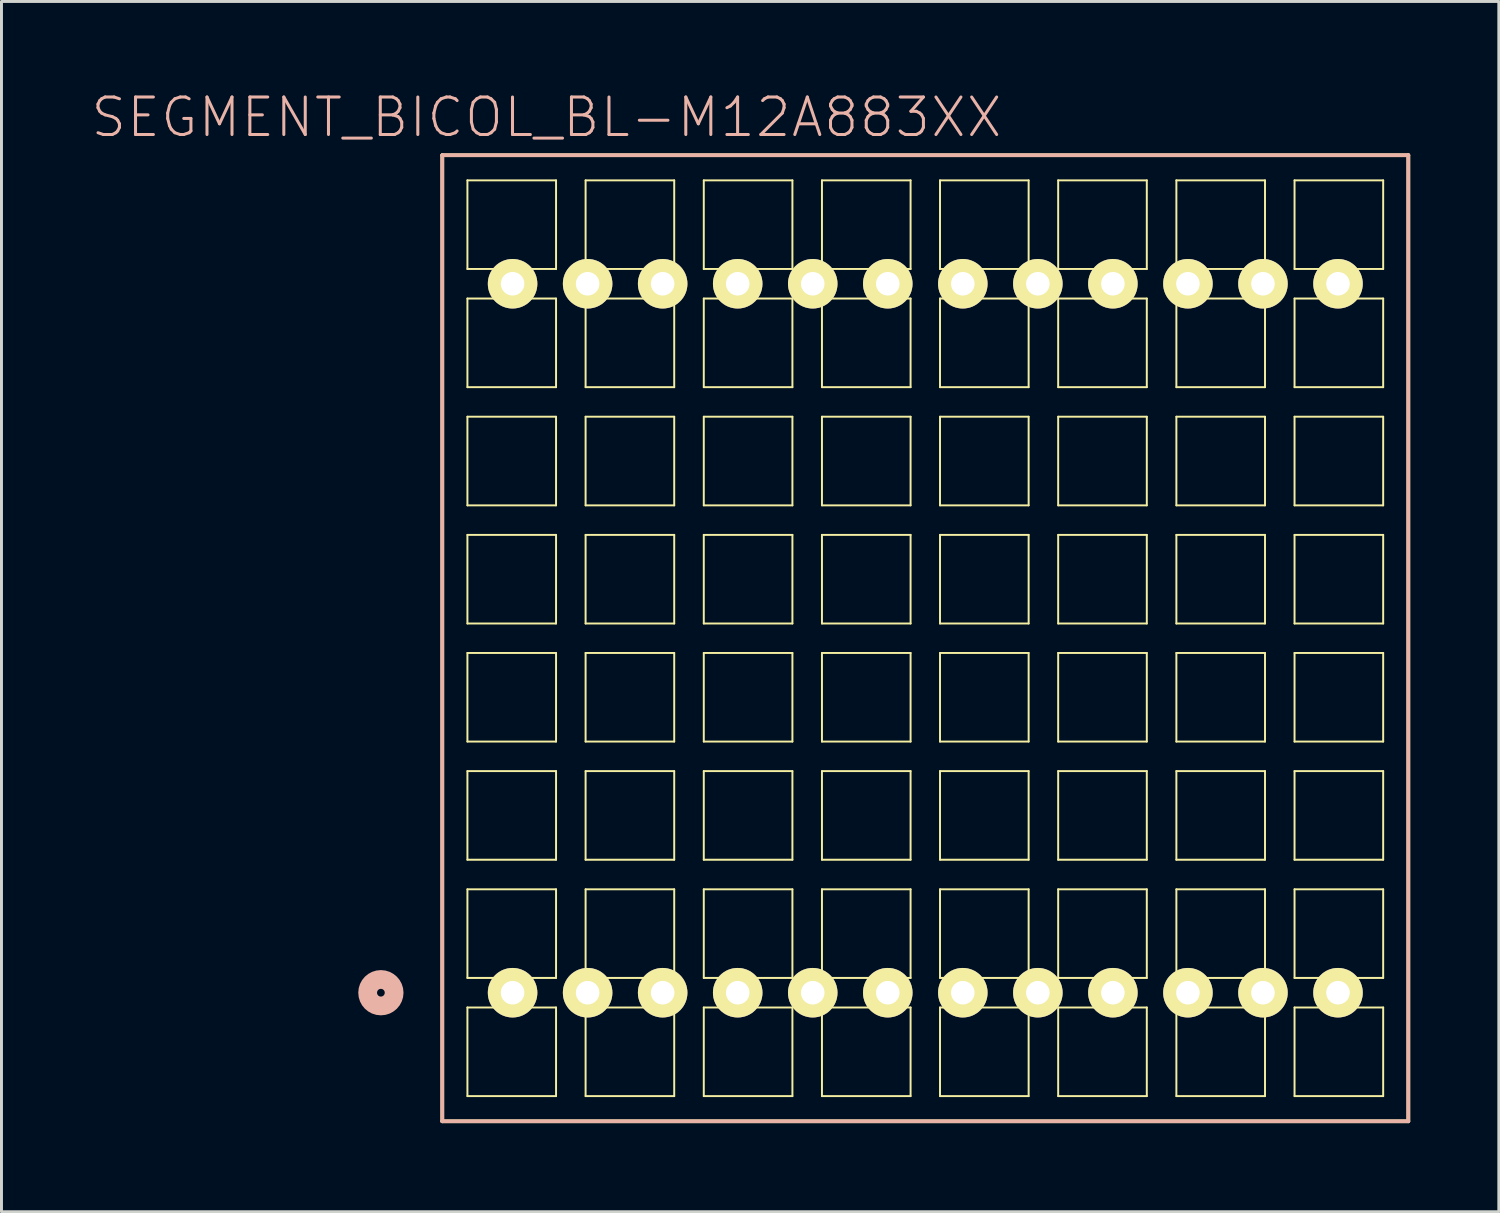
<source format=kicad_pcb>
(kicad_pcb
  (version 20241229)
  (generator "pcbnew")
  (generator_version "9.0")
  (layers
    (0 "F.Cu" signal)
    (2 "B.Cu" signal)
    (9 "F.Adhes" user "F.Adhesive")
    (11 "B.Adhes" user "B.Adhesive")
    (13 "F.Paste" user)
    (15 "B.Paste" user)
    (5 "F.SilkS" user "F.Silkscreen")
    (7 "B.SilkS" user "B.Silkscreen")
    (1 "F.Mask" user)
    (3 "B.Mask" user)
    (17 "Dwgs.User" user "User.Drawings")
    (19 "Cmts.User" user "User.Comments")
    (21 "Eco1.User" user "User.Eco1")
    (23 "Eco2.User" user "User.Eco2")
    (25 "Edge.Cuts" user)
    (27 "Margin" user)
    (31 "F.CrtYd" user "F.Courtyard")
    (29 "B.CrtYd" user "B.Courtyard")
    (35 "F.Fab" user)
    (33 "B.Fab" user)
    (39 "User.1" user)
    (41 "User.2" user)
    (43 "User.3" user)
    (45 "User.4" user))
  (footprint "SEGMENT_BICOL_BL-M12A883XX"
    (layer "F.Cu")
    (at 28.271 18.554)
    (property "Reference" "SEGMENT_BICOL_BL-M12A883XX" (at -12.824 -17.633 0) (layer "B.SilkS") (effects (font (size 1.27 1.27) (thickness 0.102))))
    (attr exclude_from_pos_files exclude_from_bom)
    (fp_line (start -16.35 -16.35) (end 16.35 -16.35) (stroke (width 0.127) (type solid)) (layer "F.SilkS"))
    (fp_line (start -16.35 16.35) (end -16.35 -16.35) (stroke (width 0.127) (type solid)) (layer "F.SilkS"))
    (fp_line (start -15.499 -15.499) (end -12.499 -15.499) (stroke (width 0.066) (type solid)) (layer "F.SilkS"))
    (fp_line (start -15.499 -12.499) (end -15.499 -15.499) (stroke (width 0.066) (type solid)) (layer "F.SilkS"))
    (fp_line (start -15.499 -12.499) (end -12.499 -12.499) (stroke (width 0.066) (type solid)) (layer "F.SilkS"))
    (fp_line (start -15.499 -11.499) (end -12.499 -11.499) (stroke (width 0.066) (type solid)) (layer "F.SilkS"))
    (fp_line (start -15.499 -8.499) (end -15.499 -11.499) (stroke (width 0.066) (type solid)) (layer "F.SilkS"))
    (fp_line (start -15.499 -8.499) (end -12.499 -8.499) (stroke (width 0.066) (type solid)) (layer "F.SilkS"))
    (fp_line (start -15.499 -7.498) (end -12.499 -7.498) (stroke (width 0.066) (type solid)) (layer "F.SilkS"))
    (fp_line (start -15.499 -4.498) (end -15.499 -7.498) (stroke (width 0.066) (type solid)) (layer "F.SilkS"))
    (fp_line (start -15.499 -4.498) (end -12.499 -4.498) (stroke (width 0.066) (type solid)) (layer "F.SilkS"))
    (fp_line (start -15.499 -3.498) (end -12.499 -3.498) (stroke (width 0.066) (type solid)) (layer "F.SilkS"))
    (fp_line (start -15.499 -0.498) (end -15.499 -3.498) (stroke (width 0.066) (type solid)) (layer "F.SilkS"))
    (fp_line (start -15.499 -0.498) (end -12.499 -0.498) (stroke (width 0.066) (type solid)) (layer "F.SilkS"))
    (fp_line (start -15.499 0.498) (end -12.499 0.498) (stroke (width 0.066) (type solid)) (layer "F.SilkS"))
    (fp_line (start -15.499 3.498) (end -15.499 0.498) (stroke (width 0.066) (type solid)) (layer "F.SilkS"))
    (fp_line (start -15.499 3.498) (end -12.499 3.498) (stroke (width 0.066) (type solid)) (layer "F.SilkS"))
    (fp_line (start -15.499 4.498) (end -12.499 4.498) (stroke (width 0.066) (type solid)) (layer "F.SilkS"))
    (fp_line (start -15.499 7.498) (end -15.499 4.498) (stroke (width 0.066) (type solid)) (layer "F.SilkS"))
    (fp_line (start -15.499 7.498) (end -12.499 7.498) (stroke (width 0.066) (type solid)) (layer "F.SilkS"))
    (fp_line (start -15.499 8.499) (end -12.499 8.499) (stroke (width 0.066) (type solid)) (layer "F.SilkS"))
    (fp_line (start -15.499 11.499) (end -15.499 8.499) (stroke (width 0.066) (type solid)) (layer "F.SilkS"))
    (fp_line (start -15.499 11.499) (end -12.499 11.499) (stroke (width 0.066) (type solid)) (layer "F.SilkS"))
    (fp_line (start -15.499 12.499) (end -12.499 12.499) (stroke (width 0.066) (type solid)) (layer "F.SilkS"))
    (fp_line (start -15.499 15.499) (end -15.499 12.499) (stroke (width 0.066) (type solid)) (layer "F.SilkS"))
    (fp_line (start -15.499 15.499) (end -12.499 15.499) (stroke (width 0.066) (type solid)) (layer "F.SilkS"))
    (fp_line (start -12.499 -12.499) (end -12.499 -15.499) (stroke (width 0.066) (type solid)) (layer "F.SilkS"))
    (fp_line (start -12.499 -8.499) (end -12.499 -11.499) (stroke (width 0.066) (type solid)) (layer "F.SilkS"))
    (fp_line (start -12.499 -4.498) (end -12.499 -7.498) (stroke (width 0.066) (type solid)) (layer "F.SilkS"))
    (fp_line (start -12.499 -0.498) (end -12.499 -3.498) (stroke (width 0.066) (type solid)) (layer "F.SilkS"))
    (fp_line (start -12.499 3.498) (end -12.499 0.498) (stroke (width 0.066) (type solid)) (layer "F.SilkS"))
    (fp_line (start -12.499 7.498) (end -12.499 4.498) (stroke (width 0.066) (type solid)) (layer "F.SilkS"))
    (fp_line (start -12.499 11.499) (end -12.499 8.499) (stroke (width 0.066) (type solid)) (layer "F.SilkS"))
    (fp_line (start -12.499 15.499) (end -12.499 12.499) (stroke (width 0.066) (type solid)) (layer "F.SilkS"))
    (fp_line (start -11.499 -15.499) (end -8.499 -15.499) (stroke (width 0.066) (type solid)) (layer "F.SilkS"))
    (fp_line (start -11.499 -12.499) (end -11.499 -15.499) (stroke (width 0.066) (type solid)) (layer "F.SilkS"))
    (fp_line (start -11.499 -12.499) (end -8.499 -12.499) (stroke (width 0.066) (type solid)) (layer "F.SilkS"))
    (fp_line (start -11.499 -11.499) (end -8.499 -11.499) (stroke (width 0.066) (type solid)) (layer "F.SilkS"))
    (fp_line (start -11.499 -8.499) (end -11.499 -11.499) (stroke (width 0.066) (type solid)) (layer "F.SilkS"))
    (fp_line (start -11.499 -8.499) (end -8.499 -8.499) (stroke (width 0.066) (type solid)) (layer "F.SilkS"))
    (fp_line (start -11.499 -7.498) (end -8.499 -7.498) (stroke (width 0.066) (type solid)) (layer "F.SilkS"))
    (fp_line (start -11.499 -4.498) (end -11.499 -7.498) (stroke (width 0.066) (type solid)) (layer "F.SilkS"))
    (fp_line (start -11.499 -4.498) (end -8.499 -4.498) (stroke (width 0.066) (type solid)) (layer "F.SilkS"))
    (fp_line (start -11.499 -3.498) (end -8.499 -3.498) (stroke (width 0.066) (type solid)) (layer "F.SilkS"))
    (fp_line (start -11.499 -0.498) (end -11.499 -3.498) (stroke (width 0.066) (type solid)) (layer "F.SilkS"))
    (fp_line (start -11.499 -0.498) (end -8.499 -0.498) (stroke (width 0.066) (type solid)) (layer "F.SilkS"))
    (fp_line (start -11.499 0.498) (end -8.499 0.498) (stroke (width 0.066) (type solid)) (layer "F.SilkS"))
    (fp_line (start -11.499 3.498) (end -11.499 0.498) (stroke (width 0.066) (type solid)) (layer "F.SilkS"))
    (fp_line (start -11.499 3.498) (end -8.499 3.498) (stroke (width 0.066) (type solid)) (layer "F.SilkS"))
    (fp_line (start -11.499 4.498) (end -8.499 4.498) (stroke (width 0.066) (type solid)) (layer "F.SilkS"))
    (fp_line (start -11.499 7.498) (end -11.499 4.498) (stroke (width 0.066) (type solid)) (layer "F.SilkS"))
    (fp_line (start -11.499 7.498) (end -8.499 7.498) (stroke (width 0.066) (type solid)) (layer "F.SilkS"))
    (fp_line (start -11.499 8.499) (end -8.499 8.499) (stroke (width 0.066) (type solid)) (layer "F.SilkS"))
    (fp_line (start -11.499 11.499) (end -11.499 8.499) (stroke (width 0.066) (type solid)) (layer "F.SilkS"))
    (fp_line (start -11.499 11.499) (end -8.499 11.499) (stroke (width 0.066) (type solid)) (layer "F.SilkS"))
    (fp_line (start -11.499 12.499) (end -8.499 12.499) (stroke (width 0.066) (type solid)) (layer "F.SilkS"))
    (fp_line (start -11.499 15.499) (end -11.499 12.499) (stroke (width 0.066) (type solid)) (layer "F.SilkS"))
    (fp_line (start -11.499 15.499) (end -8.499 15.499) (stroke (width 0.066) (type solid)) (layer "F.SilkS"))
    (fp_line (start -8.499 -12.499) (end -8.499 -15.499) (stroke (width 0.066) (type solid)) (layer "F.SilkS"))
    (fp_line (start -8.499 -8.499) (end -8.499 -11.499) (stroke (width 0.066) (type solid)) (layer "F.SilkS"))
    (fp_line (start -8.499 -4.498) (end -8.499 -7.498) (stroke (width 0.066) (type solid)) (layer "F.SilkS"))
    (fp_line (start -8.499 -0.498) (end -8.499 -3.498) (stroke (width 0.066) (type solid)) (layer "F.SilkS"))
    (fp_line (start -8.499 3.498) (end -8.499 0.498) (stroke (width 0.066) (type solid)) (layer "F.SilkS"))
    (fp_line (start -8.499 7.498) (end -8.499 4.498) (stroke (width 0.066) (type solid)) (layer "F.SilkS"))
    (fp_line (start -8.499 11.499) (end -8.499 8.499) (stroke (width 0.066) (type solid)) (layer "F.SilkS"))
    (fp_line (start -8.499 15.499) (end -8.499 12.499) (stroke (width 0.066) (type solid)) (layer "F.SilkS"))
    (fp_line (start -7.498 -15.499) (end -4.498 -15.499) (stroke (width 0.066) (type solid)) (layer "F.SilkS"))
    (fp_line (start -7.498 -12.499) (end -7.498 -15.499) (stroke (width 0.066) (type solid)) (layer "F.SilkS"))
    (fp_line (start -7.498 -12.499) (end -4.498 -12.499) (stroke (width 0.066) (type solid)) (layer "F.SilkS"))
    (fp_line (start -7.498 -11.499) (end -4.498 -11.499) (stroke (width 0.066) (type solid)) (layer "F.SilkS"))
    (fp_line (start -7.498 -8.499) (end -7.498 -11.499) (stroke (width 0.066) (type solid)) (layer "F.SilkS"))
    (fp_line (start -7.498 -8.499) (end -4.498 -8.499) (stroke (width 0.066) (type solid)) (layer "F.SilkS"))
    (fp_line (start -7.498 -7.498) (end -4.498 -7.498) (stroke (width 0.066) (type solid)) (layer "F.SilkS"))
    (fp_line (start -7.498 -4.498) (end -7.498 -7.498) (stroke (width 0.066) (type solid)) (layer "F.SilkS"))
    (fp_line (start -7.498 -4.498) (end -4.498 -4.498) (stroke (width 0.066) (type solid)) (layer "F.SilkS"))
    (fp_line (start -7.498 -3.498) (end -4.498 -3.498) (stroke (width 0.066) (type solid)) (layer "F.SilkS"))
    (fp_line (start -7.498 -0.498) (end -7.498 -3.498) (stroke (width 0.066) (type solid)) (layer "F.SilkS"))
    (fp_line (start -7.498 -0.498) (end -4.498 -0.498) (stroke (width 0.066) (type solid)) (layer "F.SilkS"))
    (fp_line (start -7.498 0.498) (end -4.498 0.498) (stroke (width 0.066) (type solid)) (layer "F.SilkS"))
    (fp_line (start -7.498 3.498) (end -7.498 0.498) (stroke (width 0.066) (type solid)) (layer "F.SilkS"))
    (fp_line (start -7.498 3.498) (end -4.498 3.498) (stroke (width 0.066) (type solid)) (layer "F.SilkS"))
    (fp_line (start -7.498 4.498) (end -4.498 4.498) (stroke (width 0.066) (type solid)) (layer "F.SilkS"))
    (fp_line (start -7.498 7.498) (end -7.498 4.498) (stroke (width 0.066) (type solid)) (layer "F.SilkS"))
    (fp_line (start -7.498 7.498) (end -4.498 7.498) (stroke (width 0.066) (type solid)) (layer "F.SilkS"))
    (fp_line (start -7.498 8.499) (end -4.498 8.499) (stroke (width 0.066) (type solid)) (layer "F.SilkS"))
    (fp_line (start -7.498 11.499) (end -7.498 8.499) (stroke (width 0.066) (type solid)) (layer "F.SilkS"))
    (fp_line (start -7.498 11.499) (end -4.498 11.499) (stroke (width 0.066) (type solid)) (layer "F.SilkS"))
    (fp_line (start -7.498 12.499) (end -4.498 12.499) (stroke (width 0.066) (type solid)) (layer "F.SilkS"))
    (fp_line (start -7.498 15.499) (end -7.498 12.499) (stroke (width 0.066) (type solid)) (layer "F.SilkS"))
    (fp_line (start -7.498 15.499) (end -4.498 15.499) (stroke (width 0.066) (type solid)) (layer "F.SilkS"))
    (fp_line (start -4.498 -12.499) (end -4.498 -15.499) (stroke (width 0.066) (type solid)) (layer "F.SilkS"))
    (fp_line (start -4.498 -8.499) (end -4.498 -11.499) (stroke (width 0.066) (type solid)) (layer "F.SilkS"))
    (fp_line (start -4.498 -4.498) (end -4.498 -7.498) (stroke (width 0.066) (type solid)) (layer "F.SilkS"))
    (fp_line (start -4.498 -0.498) (end -4.498 -3.498) (stroke (width 0.066) (type solid)) (layer "F.SilkS"))
    (fp_line (start -4.498 3.498) (end -4.498 0.498) (stroke (width 0.066) (type solid)) (layer "F.SilkS"))
    (fp_line (start -4.498 7.498) (end -4.498 4.498) (stroke (width 0.066) (type solid)) (layer "F.SilkS"))
    (fp_line (start -4.498 11.499) (end -4.498 8.499) (stroke (width 0.066) (type solid)) (layer "F.SilkS"))
    (fp_line (start -4.498 15.499) (end -4.498 12.499) (stroke (width 0.066) (type solid)) (layer "F.SilkS"))
    (fp_line (start -3.498 -15.499) (end -0.498 -15.499) (stroke (width 0.066) (type solid)) (layer "F.SilkS"))
    (fp_line (start -3.498 -12.499) (end -3.498 -15.499) (stroke (width 0.066) (type solid)) (layer "F.SilkS"))
    (fp_line (start -3.498 -12.499) (end -0.498 -12.499) (stroke (width 0.066) (type solid)) (layer "F.SilkS"))
    (fp_line (start -3.498 -11.499) (end -0.498 -11.499) (stroke (width 0.066) (type solid)) (layer "F.SilkS"))
    (fp_line (start -3.498 -8.499) (end -3.498 -11.499) (stroke (width 0.066) (type solid)) (layer "F.SilkS"))
    (fp_line (start -3.498 -8.499) (end -0.498 -8.499) (stroke (width 0.066) (type solid)) (layer "F.SilkS"))
    (fp_line (start -3.498 -7.498) (end -0.498 -7.498) (stroke (width 0.066) (type solid)) (layer "F.SilkS"))
    (fp_line (start -3.498 -4.498) (end -3.498 -7.498) (stroke (width 0.066) (type solid)) (layer "F.SilkS"))
    (fp_line (start -3.498 -4.498) (end -0.498 -4.498) (stroke (width 0.066) (type solid)) (layer "F.SilkS"))
    (fp_line (start -3.498 -3.498) (end -0.498 -3.498) (stroke (width 0.066) (type solid)) (layer "F.SilkS"))
    (fp_line (start -3.498 -0.498) (end -3.498 -3.498) (stroke (width 0.066) (type solid)) (layer "F.SilkS"))
    (fp_line (start -3.498 -0.498) (end -0.498 -0.498) (stroke (width 0.066) (type solid)) (layer "F.SilkS"))
    (fp_line (start -3.498 0.498) (end -0.498 0.498) (stroke (width 0.066) (type solid)) (layer "F.SilkS"))
    (fp_line (start -3.498 3.498) (end -3.498 0.498) (stroke (width 0.066) (type solid)) (layer "F.SilkS"))
    (fp_line (start -3.498 3.498) (end -0.498 3.498) (stroke (width 0.066) (type solid)) (layer "F.SilkS"))
    (fp_line (start -3.498 4.498) (end -0.498 4.498) (stroke (width 0.066) (type solid)) (layer "F.SilkS"))
    (fp_line (start -3.498 7.498) (end -3.498 4.498) (stroke (width 0.066) (type solid)) (layer "F.SilkS"))
    (fp_line (start -3.498 7.498) (end -0.498 7.498) (stroke (width 0.066) (type solid)) (layer "F.SilkS"))
    (fp_line (start -3.498 8.499) (end -0.498 8.499) (stroke (width 0.066) (type solid)) (layer "F.SilkS"))
    (fp_line (start -3.498 11.499) (end -3.498 8.499) (stroke (width 0.066) (type solid)) (layer "F.SilkS"))
    (fp_line (start -3.498 11.499) (end -0.498 11.499) (stroke (width 0.066) (type solid)) (layer "F.SilkS"))
    (fp_line (start -3.498 12.499) (end -0.498 12.499) (stroke (width 0.066) (type solid)) (layer "F.SilkS"))
    (fp_line (start -3.498 15.499) (end -3.498 12.499) (stroke (width 0.066) (type solid)) (layer "F.SilkS"))
    (fp_line (start -3.498 15.499) (end -0.498 15.499) (stroke (width 0.066) (type solid)) (layer "F.SilkS"))
    (fp_line (start -0.498 -12.499) (end -0.498 -15.499) (stroke (width 0.066) (type solid)) (layer "F.SilkS"))
    (fp_line (start -0.498 -8.499) (end -0.498 -11.499) (stroke (width 0.066) (type solid)) (layer "F.SilkS"))
    (fp_line (start -0.498 -4.498) (end -0.498 -7.498) (stroke (width 0.066) (type solid)) (layer "F.SilkS"))
    (fp_line (start -0.498 -0.498) (end -0.498 -3.498) (stroke (width 0.066) (type solid)) (layer "F.SilkS"))
    (fp_line (start -0.498 3.498) (end -0.498 0.498) (stroke (width 0.066) (type solid)) (layer "F.SilkS"))
    (fp_line (start -0.498 7.498) (end -0.498 4.498) (stroke (width 0.066) (type solid)) (layer "F.SilkS"))
    (fp_line (start -0.498 11.499) (end -0.498 8.499) (stroke (width 0.066) (type solid)) (layer "F.SilkS"))
    (fp_line (start -0.498 15.499) (end -0.498 12.499) (stroke (width 0.066) (type solid)) (layer "F.SilkS"))
    (fp_line (start 0.498 -15.499) (end 3.498 -15.499) (stroke (width 0.066) (type solid)) (layer "F.SilkS"))
    (fp_line (start 0.498 -12.499) (end 0.498 -15.499) (stroke (width 0.066) (type solid)) (layer "F.SilkS"))
    (fp_line (start 0.498 -12.499) (end 3.498 -12.499) (stroke (width 0.066) (type solid)) (layer "F.SilkS"))
    (fp_line (start 0.498 -11.499) (end 3.498 -11.499) (stroke (width 0.066) (type solid)) (layer "F.SilkS"))
    (fp_line (start 0.498 -8.499) (end 0.498 -11.499) (stroke (width 0.066) (type solid)) (layer "F.SilkS"))
    (fp_line (start 0.498 -8.499) (end 3.498 -8.499) (stroke (width 0.066) (type solid)) (layer "F.SilkS"))
    (fp_line (start 0.498 -7.498) (end 3.498 -7.498) (stroke (width 0.066) (type solid)) (layer "F.SilkS"))
    (fp_line (start 0.498 -4.498) (end 0.498 -7.498) (stroke (width 0.066) (type solid)) (layer "F.SilkS"))
    (fp_line (start 0.498 -4.498) (end 3.498 -4.498) (stroke (width 0.066) (type solid)) (layer "F.SilkS"))
    (fp_line (start 0.498 -3.498) (end 3.498 -3.498) (stroke (width 0.066) (type solid)) (layer "F.SilkS"))
    (fp_line (start 0.498 -0.498) (end 0.498 -3.498) (stroke (width 0.066) (type solid)) (layer "F.SilkS"))
    (fp_line (start 0.498 -0.498) (end 3.498 -0.498) (stroke (width 0.066) (type solid)) (layer "F.SilkS"))
    (fp_line (start 0.498 0.498) (end 3.498 0.498) (stroke (width 0.066) (type solid)) (layer "F.SilkS"))
    (fp_line (start 0.498 3.498) (end 0.498 0.498) (stroke (width 0.066) (type solid)) (layer "F.SilkS"))
    (fp_line (start 0.498 3.498) (end 3.498 3.498) (stroke (width 0.066) (type solid)) (layer "F.SilkS"))
    (fp_line (start 0.498 4.498) (end 3.498 4.498) (stroke (width 0.066) (type solid)) (layer "F.SilkS"))
    (fp_line (start 0.498 7.498) (end 0.498 4.498) (stroke (width 0.066) (type solid)) (layer "F.SilkS"))
    (fp_line (start 0.498 7.498) (end 3.498 7.498) (stroke (width 0.066) (type solid)) (layer "F.SilkS"))
    (fp_line (start 0.498 8.499) (end 3.498 8.499) (stroke (width 0.066) (type solid)) (layer "F.SilkS"))
    (fp_line (start 0.498 11.499) (end 0.498 8.499) (stroke (width 0.066) (type solid)) (layer "F.SilkS"))
    (fp_line (start 0.498 11.499) (end 3.498 11.499) (stroke (width 0.066) (type solid)) (layer "F.SilkS"))
    (fp_line (start 0.498 12.499) (end 3.498 12.499) (stroke (width 0.066) (type solid)) (layer "F.SilkS"))
    (fp_line (start 0.498 15.499) (end 0.498 12.499) (stroke (width 0.066) (type solid)) (layer "F.SilkS"))
    (fp_line (start 0.498 15.499) (end 3.498 15.499) (stroke (width 0.066) (type solid)) (layer "F.SilkS"))
    (fp_line (start 3.498 -12.499) (end 3.498 -15.499) (stroke (width 0.066) (type solid)) (layer "F.SilkS"))
    (fp_line (start 3.498 -8.499) (end 3.498 -11.499) (stroke (width 0.066) (type solid)) (layer "F.SilkS"))
    (fp_line (start 3.498 -4.498) (end 3.498 -7.498) (stroke (width 0.066) (type solid)) (layer "F.SilkS"))
    (fp_line (start 3.498 -0.498) (end 3.498 -3.498) (stroke (width 0.066) (type solid)) (layer "F.SilkS"))
    (fp_line (start 3.498 3.498) (end 3.498 0.498) (stroke (width 0.066) (type solid)) (layer "F.SilkS"))
    (fp_line (start 3.498 7.498) (end 3.498 4.498) (stroke (width 0.066) (type solid)) (layer "F.SilkS"))
    (fp_line (start 3.498 11.499) (end 3.498 8.499) (stroke (width 0.066) (type solid)) (layer "F.SilkS"))
    (fp_line (start 3.498 15.499) (end 3.498 12.499) (stroke (width 0.066) (type solid)) (layer "F.SilkS"))
    (fp_line (start 4.498 -15.499) (end 7.498 -15.499) (stroke (width 0.066) (type solid)) (layer "F.SilkS"))
    (fp_line (start 4.498 -12.499) (end 4.498 -15.499) (stroke (width 0.066) (type solid)) (layer "F.SilkS"))
    (fp_line (start 4.498 -12.499) (end 7.498 -12.499) (stroke (width 0.066) (type solid)) (layer "F.SilkS"))
    (fp_line (start 4.498 -11.499) (end 7.498 -11.499) (stroke (width 0.066) (type solid)) (layer "F.SilkS"))
    (fp_line (start 4.498 -8.499) (end 4.498 -11.499) (stroke (width 0.066) (type solid)) (layer "F.SilkS"))
    (fp_line (start 4.498 -8.499) (end 7.498 -8.499) (stroke (width 0.066) (type solid)) (layer "F.SilkS"))
    (fp_line (start 4.498 -7.498) (end 7.498 -7.498) (stroke (width 0.066) (type solid)) (layer "F.SilkS"))
    (fp_line (start 4.498 -4.498) (end 4.498 -7.498) (stroke (width 0.066) (type solid)) (layer "F.SilkS"))
    (fp_line (start 4.498 -4.498) (end 7.498 -4.498) (stroke (width 0.066) (type solid)) (layer "F.SilkS"))
    (fp_line (start 4.498 -3.498) (end 7.498 -3.498) (stroke (width 0.066) (type solid)) (layer "F.SilkS"))
    (fp_line (start 4.498 -0.498) (end 4.498 -3.498) (stroke (width 0.066) (type solid)) (layer "F.SilkS"))
    (fp_line (start 4.498 -0.498) (end 7.498 -0.498) (stroke (width 0.066) (type solid)) (layer "F.SilkS"))
    (fp_line (start 4.498 0.498) (end 7.498 0.498) (stroke (width 0.066) (type solid)) (layer "F.SilkS"))
    (fp_line (start 4.498 3.498) (end 4.498 0.498) (stroke (width 0.066) (type solid)) (layer "F.SilkS"))
    (fp_line (start 4.498 3.498) (end 7.498 3.498) (stroke (width 0.066) (type solid)) (layer "F.SilkS"))
    (fp_line (start 4.498 4.498) (end 7.498 4.498) (stroke (width 0.066) (type solid)) (layer "F.SilkS"))
    (fp_line (start 4.498 7.498) (end 4.498 4.498) (stroke (width 0.066) (type solid)) (layer "F.SilkS"))
    (fp_line (start 4.498 7.498) (end 7.498 7.498) (stroke (width 0.066) (type solid)) (layer "F.SilkS"))
    (fp_line (start 4.498 8.499) (end 7.498 8.499) (stroke (width 0.066) (type solid)) (layer "F.SilkS"))
    (fp_line (start 4.498 11.499) (end 4.498 8.499) (stroke (width 0.066) (type solid)) (layer "F.SilkS"))
    (fp_line (start 4.498 11.499) (end 7.498 11.499) (stroke (width 0.066) (type solid)) (layer "F.SilkS"))
    (fp_line (start 4.498 12.499) (end 7.498 12.499) (stroke (width 0.066) (type solid)) (layer "F.SilkS"))
    (fp_line (start 4.498 15.499) (end 4.498 12.499) (stroke (width 0.066) (type solid)) (layer "F.SilkS"))
    (fp_line (start 4.498 15.499) (end 7.498 15.499) (stroke (width 0.066) (type solid)) (layer "F.SilkS"))
    (fp_line (start 7.498 -12.499) (end 7.498 -15.499) (stroke (width 0.066) (type solid)) (layer "F.SilkS"))
    (fp_line (start 7.498 -8.499) (end 7.498 -11.499) (stroke (width 0.066) (type solid)) (layer "F.SilkS"))
    (fp_line (start 7.498 -4.498) (end 7.498 -7.498) (stroke (width 0.066) (type solid)) (layer "F.SilkS"))
    (fp_line (start 7.498 -0.498) (end 7.498 -3.498) (stroke (width 0.066) (type solid)) (layer "F.SilkS"))
    (fp_line (start 7.498 3.498) (end 7.498 0.498) (stroke (width 0.066) (type solid)) (layer "F.SilkS"))
    (fp_line (start 7.498 7.498) (end 7.498 4.498) (stroke (width 0.066) (type solid)) (layer "F.SilkS"))
    (fp_line (start 7.498 11.499) (end 7.498 8.499) (stroke (width 0.066) (type solid)) (layer "F.SilkS"))
    (fp_line (start 7.498 15.499) (end 7.498 12.499) (stroke (width 0.066) (type solid)) (layer "F.SilkS"))
    (fp_line (start 8.499 -15.499) (end 11.499 -15.499) (stroke (width 0.066) (type solid)) (layer "F.SilkS"))
    (fp_line (start 8.499 -12.499) (end 8.499 -15.499) (stroke (width 0.066) (type solid)) (layer "F.SilkS"))
    (fp_line (start 8.499 -12.499) (end 11.499 -12.499) (stroke (width 0.066) (type solid)) (layer "F.SilkS"))
    (fp_line (start 8.499 -11.499) (end 11.499 -11.499) (stroke (width 0.066) (type solid)) (layer "F.SilkS"))
    (fp_line (start 8.499 -8.499) (end 8.499 -11.499) (stroke (width 0.066) (type solid)) (layer "F.SilkS"))
    (fp_line (start 8.499 -8.499) (end 11.499 -8.499) (stroke (width 0.066) (type solid)) (layer "F.SilkS"))
    (fp_line (start 8.499 -7.498) (end 11.499 -7.498) (stroke (width 0.066) (type solid)) (layer "F.SilkS"))
    (fp_line (start 8.499 -4.498) (end 8.499 -7.498) (stroke (width 0.066) (type solid)) (layer "F.SilkS"))
    (fp_line (start 8.499 -4.498) (end 11.499 -4.498) (stroke (width 0.066) (type solid)) (layer "F.SilkS"))
    (fp_line (start 8.499 -3.498) (end 11.499 -3.498) (stroke (width 0.066) (type solid)) (layer "F.SilkS"))
    (fp_line (start 8.499 -0.498) (end 8.499 -3.498) (stroke (width 0.066) (type solid)) (layer "F.SilkS"))
    (fp_line (start 8.499 -0.498) (end 11.499 -0.498) (stroke (width 0.066) (type solid)) (layer "F.SilkS"))
    (fp_line (start 8.499 0.498) (end 11.499 0.498) (stroke (width 0.066) (type solid)) (layer "F.SilkS"))
    (fp_line (start 8.499 3.498) (end 8.499 0.498) (stroke (width 0.066) (type solid)) (layer "F.SilkS"))
    (fp_line (start 8.499 3.498) (end 11.499 3.498) (stroke (width 0.066) (type solid)) (layer "F.SilkS"))
    (fp_line (start 8.499 4.498) (end 11.499 4.498) (stroke (width 0.066) (type solid)) (layer "F.SilkS"))
    (fp_line (start 8.499 7.498) (end 8.499 4.498) (stroke (width 0.066) (type solid)) (layer "F.SilkS"))
    (fp_line (start 8.499 7.498) (end 11.499 7.498) (stroke (width 0.066) (type solid)) (layer "F.SilkS"))
    (fp_line (start 8.499 8.499) (end 11.499 8.499) (stroke (width 0.066) (type solid)) (layer "F.SilkS"))
    (fp_line (start 8.499 11.499) (end 8.499 8.499) (stroke (width 0.066) (type solid)) (layer "F.SilkS"))
    (fp_line (start 8.499 11.499) (end 11.499 11.499) (stroke (width 0.066) (type solid)) (layer "F.SilkS"))
    (fp_line (start 8.499 12.499) (end 11.499 12.499) (stroke (width 0.066) (type solid)) (layer "F.SilkS"))
    (fp_line (start 8.499 15.499) (end 8.499 12.499) (stroke (width 0.066) (type solid)) (layer "F.SilkS"))
    (fp_line (start 8.499 15.499) (end 11.499 15.499) (stroke (width 0.066) (type solid)) (layer "F.SilkS"))
    (fp_line (start 11.499 -12.499) (end 11.499 -15.499) (stroke (width 0.066) (type solid)) (layer "F.SilkS"))
    (fp_line (start 11.499 -8.499) (end 11.499 -11.499) (stroke (width 0.066) (type solid)) (layer "F.SilkS"))
    (fp_line (start 11.499 -4.498) (end 11.499 -7.498) (stroke (width 0.066) (type solid)) (layer "F.SilkS"))
    (fp_line (start 11.499 -0.498) (end 11.499 -3.498) (stroke (width 0.066) (type solid)) (layer "F.SilkS"))
    (fp_line (start 11.499 3.498) (end 11.499 0.498) (stroke (width 0.066) (type solid)) (layer "F.SilkS"))
    (fp_line (start 11.499 7.498) (end 11.499 4.498) (stroke (width 0.066) (type solid)) (layer "F.SilkS"))
    (fp_line (start 11.499 11.499) (end 11.499 8.499) (stroke (width 0.066) (type solid)) (layer "F.SilkS"))
    (fp_line (start 11.499 15.499) (end 11.499 12.499) (stroke (width 0.066) (type solid)) (layer "F.SilkS"))
    (fp_line (start 12.499 -15.499) (end 15.499 -15.499) (stroke (width 0.066) (type solid)) (layer "F.SilkS"))
    (fp_line (start 12.499 -12.499) (end 12.499 -15.499) (stroke (width 0.066) (type solid)) (layer "F.SilkS"))
    (fp_line (start 12.499 -12.499) (end 15.499 -12.499) (stroke (width 0.066) (type solid)) (layer "F.SilkS"))
    (fp_line (start 12.499 -11.499) (end 15.499 -11.499) (stroke (width 0.066) (type solid)) (layer "F.SilkS"))
    (fp_line (start 12.499 -8.499) (end 12.499 -11.499) (stroke (width 0.066) (type solid)) (layer "F.SilkS"))
    (fp_line (start 12.499 -8.499) (end 15.499 -8.499) (stroke (width 0.066) (type solid)) (layer "F.SilkS"))
    (fp_line (start 12.499 -7.498) (end 15.499 -7.498) (stroke (width 0.066) (type solid)) (layer "F.SilkS"))
    (fp_line (start 12.499 -4.498) (end 12.499 -7.498) (stroke (width 0.066) (type solid)) (layer "F.SilkS"))
    (fp_line (start 12.499 -4.498) (end 15.499 -4.498) (stroke (width 0.066) (type solid)) (layer "F.SilkS"))
    (fp_line (start 12.499 -3.498) (end 15.499 -3.498) (stroke (width 0.066) (type solid)) (layer "F.SilkS"))
    (fp_line (start 12.499 -0.498) (end 12.499 -3.498) (stroke (width 0.066) (type solid)) (layer "F.SilkS"))
    (fp_line (start 12.499 -0.498) (end 15.499 -0.498) (stroke (width 0.066) (type solid)) (layer "F.SilkS"))
    (fp_line (start 12.499 0.498) (end 15.499 0.498) (stroke (width 0.066) (type solid)) (layer "F.SilkS"))
    (fp_line (start 12.499 3.498) (end 12.499 0.498) (stroke (width 0.066) (type solid)) (layer "F.SilkS"))
    (fp_line (start 12.499 3.498) (end 15.499 3.498) (stroke (width 0.066) (type solid)) (layer "F.SilkS"))
    (fp_line (start 12.499 4.498) (end 15.499 4.498) (stroke (width 0.066) (type solid)) (layer "F.SilkS"))
    (fp_line (start 12.499 7.498) (end 12.499 4.498) (stroke (width 0.066) (type solid)) (layer "F.SilkS"))
    (fp_line (start 12.499 7.498) (end 15.499 7.498) (stroke (width 0.066) (type solid)) (layer "F.SilkS"))
    (fp_line (start 12.499 8.499) (end 15.499 8.499) (stroke (width 0.066) (type solid)) (layer "F.SilkS"))
    (fp_line (start 12.499 11.499) (end 12.499 8.499) (stroke (width 0.066) (type solid)) (layer "F.SilkS"))
    (fp_line (start 12.499 11.499) (end 15.499 11.499) (stroke (width 0.066) (type solid)) (layer "F.SilkS"))
    (fp_line (start 12.499 12.499) (end 15.499 12.499) (stroke (width 0.066) (type solid)) (layer "F.SilkS"))
    (fp_line (start 12.499 15.499) (end 12.499 12.499) (stroke (width 0.066) (type solid)) (layer "F.SilkS"))
    (fp_line (start 12.499 15.499) (end 15.499 15.499) (stroke (width 0.066) (type solid)) (layer "F.SilkS"))
    (fp_line (start 15.499 -12.499) (end 15.499 -15.499) (stroke (width 0.066) (type solid)) (layer "F.SilkS"))
    (fp_line (start 15.499 -8.499) (end 15.499 -11.499) (stroke (width 0.066) (type solid)) (layer "F.SilkS"))
    (fp_line (start 15.499 -4.498) (end 15.499 -7.498) (stroke (width 0.066) (type solid)) (layer "F.SilkS"))
    (fp_line (start 15.499 -0.498) (end 15.499 -3.498) (stroke (width 0.066) (type solid)) (layer "F.SilkS"))
    (fp_line (start 15.499 3.498) (end 15.499 0.498) (stroke (width 0.066) (type solid)) (layer "F.SilkS"))
    (fp_line (start 15.499 7.498) (end 15.499 4.498) (stroke (width 0.066) (type solid)) (layer "F.SilkS"))
    (fp_line (start 15.499 11.499) (end 15.499 8.499) (stroke (width 0.066) (type solid)) (layer "F.SilkS"))
    (fp_line (start 15.499 15.499) (end 15.499 12.499) (stroke (width 0.066) (type solid)) (layer "F.SilkS"))
    (fp_line (start 16.35 -16.35) (end 16.35 16.35) (stroke (width 0.127) (type solid)) (layer "F.SilkS"))
    (fp_line (start 16.35 16.35) (end -16.35 16.35) (stroke (width 0.127) (type solid)) (layer "F.SilkS"))
    (fp_line (start -16.35 -16.35) (end 16.35 -16.35) (stroke (width 0.127) (type solid)) (layer "B.SilkS"))
    (fp_line (start -16.35 16.35) (end -16.35 -16.35) (stroke (width 0.127) (type solid)) (layer "B.SilkS"))
    (fp_line (start 16.35 -16.35) (end 16.35 16.35) (stroke (width 0.127) (type solid)) (layer "B.SilkS"))
    (fp_line (start 16.35 16.35) (end -16.35 16.35) (stroke (width 0.127) (type solid)) (layer "B.SilkS"))
    (fp_circle (center -18.428 11.999) (end -18.745 12.316) (stroke (width 0.635) (type solid)) (fill no) (layer "B.SilkS"))
    (pad "1" thru_hole circle (at -13.97 11.999) (size 1.676 1.676) (drill 0.798) (layers "*.Cu" "F.Mask" "F.SilkS" "F.Paste"))
    (pad "2" thru_hole circle (at -11.43 11.999) (size 1.676 1.676) (drill 0.798) (layers "*.Cu" "F.Mask" "F.SilkS" "F.Paste"))
    (pad "3" thru_hole circle (at -8.89 11.999) (size 1.676 1.676) (drill 0.798) (layers "*.Cu" "F.Mask" "F.SilkS" "F.Paste"))
    (pad "4" thru_hole circle (at -6.35 11.999) (size 1.676 1.676) (drill 0.798) (layers "*.Cu" "F.Mask" "F.SilkS" "F.Paste"))
    (pad "5" thru_hole circle (at -3.81 11.999) (size 1.676 1.676) (drill 0.798) (layers "*.Cu" "F.Mask" "F.SilkS" "F.Paste"))
    (pad "6" thru_hole circle (at -1.27 11.999) (size 1.676 1.676) (drill 0.798) (layers "*.Cu" "F.Mask" "F.SilkS" "F.Paste"))
    (pad "7" thru_hole circle (at 1.27 11.999) (size 1.676 1.676) (drill 0.798) (layers "*.Cu" "F.Mask" "F.SilkS" "F.Paste"))
    (pad "8" thru_hole circle (at 3.81 11.999) (size 1.676 1.676) (drill 0.798) (layers "*.Cu" "F.Mask" "F.SilkS" "F.Paste"))
    (pad "9" thru_hole circle (at 6.35 11.999) (size 1.676 1.676) (drill 0.798) (layers "*.Cu" "F.Mask" "F.SilkS" "F.Paste"))
    (pad "10" thru_hole circle (at 8.89 11.999) (size 1.676 1.676) (drill 0.798) (layers "*.Cu" "F.Mask" "F.SilkS" "F.Paste"))
    (pad "11" thru_hole circle (at 11.43 11.999) (size 1.676 1.676) (drill 0.798) (layers "*.Cu" "F.Mask" "F.SilkS" "F.Paste"))
    (pad "12" thru_hole circle (at 13.97 11.999) (size 1.676 1.676) (drill 0.798) (layers "*.Cu" "F.Mask" "F.SilkS" "F.Paste"))
    (pad "13" thru_hole circle (at 13.97 -11.999) (size 1.676 1.676) (drill 0.798) (layers "*.Cu" "F.Mask" "F.SilkS" "F.Paste"))
    (pad "14" thru_hole circle (at 11.43 -11.999) (size 1.676 1.676) (drill 0.798) (layers "*.Cu" "F.Mask" "F.SilkS" "F.Paste"))
    (pad "15" thru_hole circle (at 8.89 -11.999) (size 1.676 1.676) (drill 0.798) (layers "*.Cu" "F.Mask" "F.SilkS" "F.Paste"))
    (pad "16" thru_hole circle (at 6.35 -11.999) (size 1.676 1.676) (drill 0.798) (layers "*.Cu" "F.Mask" "F.SilkS" "F.Paste"))
    (pad "17" thru_hole circle (at 3.81 -11.999) (size 1.676 1.676) (drill 0.798) (layers "*.Cu" "F.Mask" "F.SilkS" "F.Paste"))
    (pad "18" thru_hole circle (at 1.27 -11.999) (size 1.676 1.676) (drill 0.798) (layers "*.Cu" "F.Mask" "F.SilkS" "F.Paste"))
    (pad "19" thru_hole circle (at -1.27 -11.999) (size 1.676 1.676) (drill 0.798) (layers "*.Cu" "F.Mask" "F.SilkS" "F.Paste"))
    (pad "20" thru_hole circle (at -3.81 -11.999) (size 1.676 1.676) (drill 0.798) (layers "*.Cu" "F.Mask" "F.SilkS" "F.Paste"))
    (pad "21" thru_hole circle (at -6.35 -11.999) (size 1.676 1.676) (drill 0.798) (layers "*.Cu" "F.Mask" "F.SilkS" "F.Paste"))
    (pad "22" thru_hole circle (at -8.89 -11.999) (size 1.676 1.676) (drill 0.798) (layers "*.Cu" "F.Mask" "F.SilkS" "F.Paste"))
    (pad "23" thru_hole circle (at -11.43 -11.999) (size 1.676 1.676) (drill 0.798) (layers "*.Cu" "F.Mask" "F.SilkS" "F.Paste"))
    (pad "24" thru_hole circle (at -13.97 -11.999) (size 1.676 1.676) (drill 0.798) (layers "*.Cu" "F.Mask" "F.SilkS" "F.Paste")))
  (gr_rect
    (start -3 -3)
    (end 47.685 37.967)
    (stroke (width 0.1) (type default))
    (fill no)
    (layer "Edge.Cuts")))
</source>
